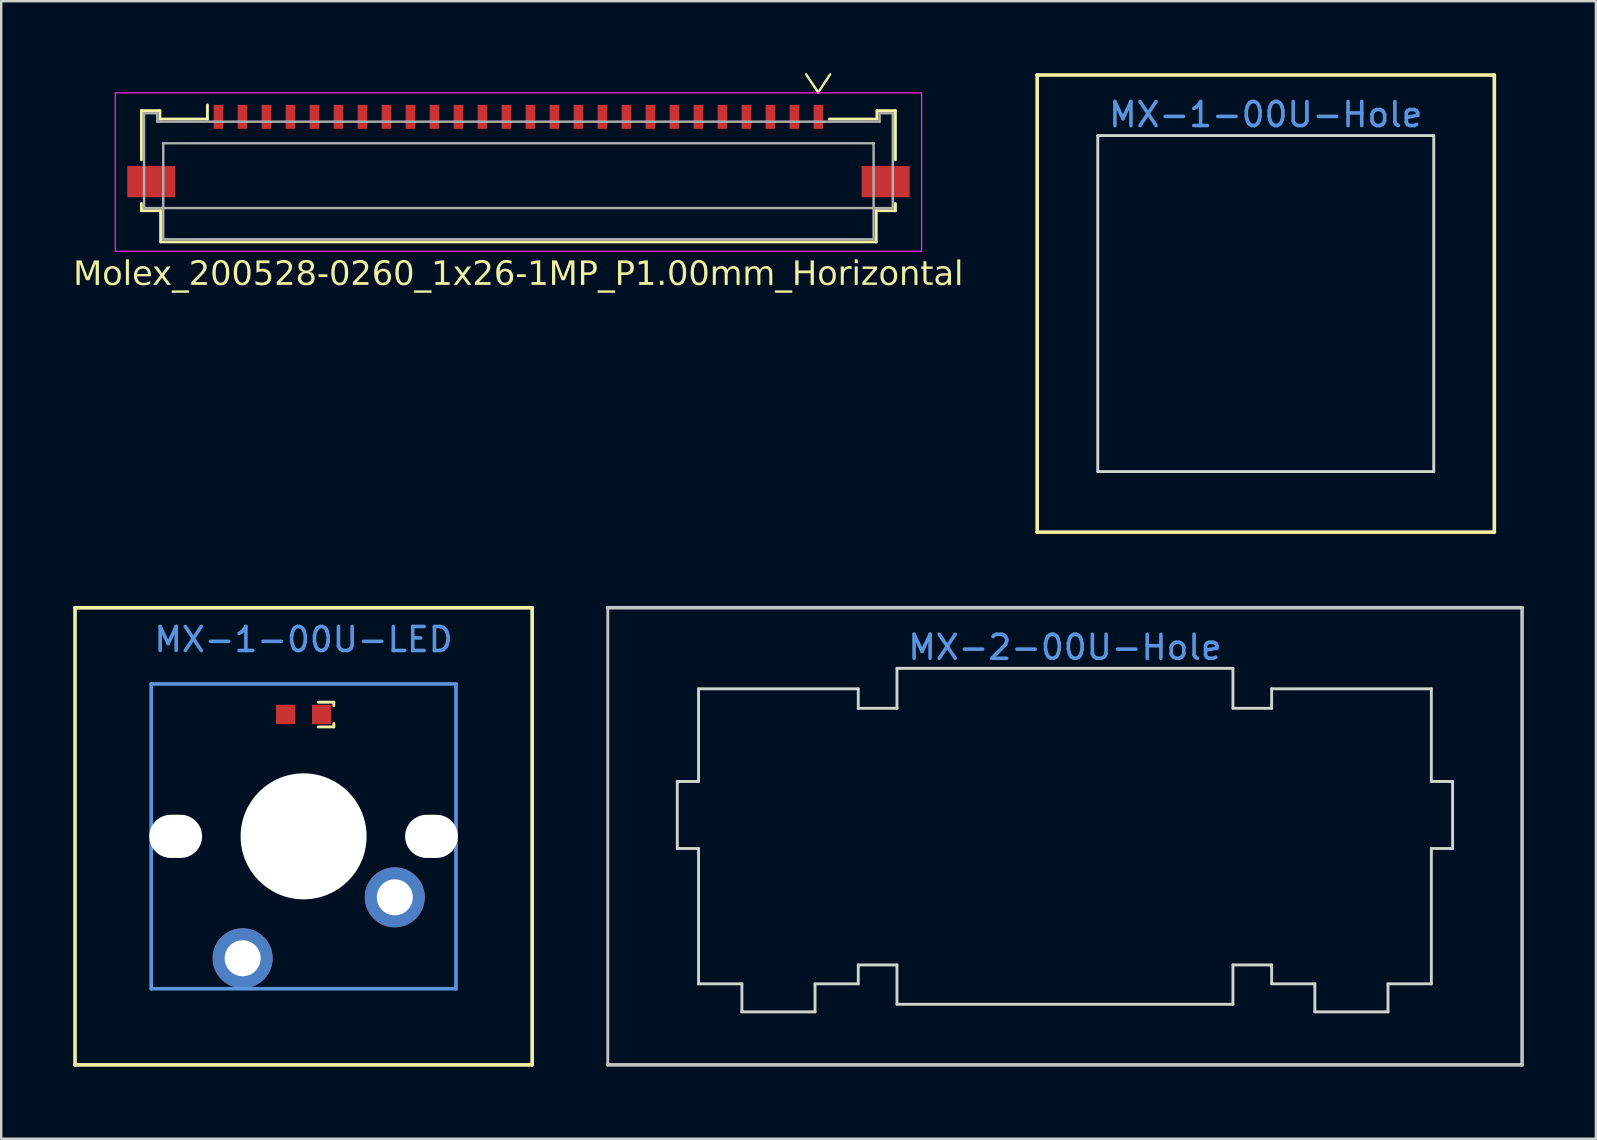
<source format=kicad_pcb>
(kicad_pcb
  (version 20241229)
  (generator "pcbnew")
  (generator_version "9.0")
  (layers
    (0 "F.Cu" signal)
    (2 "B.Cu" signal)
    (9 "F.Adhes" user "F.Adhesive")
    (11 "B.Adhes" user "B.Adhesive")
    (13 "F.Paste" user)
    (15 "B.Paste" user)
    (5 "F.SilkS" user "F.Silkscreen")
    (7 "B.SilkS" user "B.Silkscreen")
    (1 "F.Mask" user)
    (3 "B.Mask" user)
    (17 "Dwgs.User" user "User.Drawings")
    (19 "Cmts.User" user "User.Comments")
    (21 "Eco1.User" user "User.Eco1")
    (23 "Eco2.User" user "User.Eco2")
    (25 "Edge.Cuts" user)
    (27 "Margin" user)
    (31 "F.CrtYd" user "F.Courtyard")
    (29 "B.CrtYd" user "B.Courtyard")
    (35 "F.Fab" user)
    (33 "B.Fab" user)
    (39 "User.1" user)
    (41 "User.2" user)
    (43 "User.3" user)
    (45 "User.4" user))
  (footprint "MX-2-00U-Hole"
    (layer "F.Cu")
    (at 41.327 31.8)
    (property "Reference" "MX-2-00U-Hole" (at 0 -7.874 0) (layer "Cmts.User") (effects (font (size 1 1) (thickness 0.15))))
    (attr through_hole)
    (fp_line (start -19.05 -9.525) (end -19.05 9.525) (stroke (width 0.12) (type solid)) (layer "Dwgs.User"))
    (fp_line (start -19.05 -9.525) (end 19.05 -9.525) (stroke (width 0.15) (type solid)) (layer "Dwgs.User"))
    (fp_line (start 19.05 -9.525) (end 19.05 9.525) (stroke (width 0.15) (type solid)) (layer "Dwgs.User"))
    (fp_line (start 19.05 9.525) (end -19.05 9.525) (stroke (width 0.15) (type solid)) (layer "Dwgs.User"))
    (fp_line (start -16.154 -2.286) (end -16.154 0.508) (stroke (width 0.12) (type solid)) (layer "Edge.Cuts"))
    (fp_line (start -15.268 -6.147) (end -15.268 -2.286) (stroke (width 0.12) (type solid)) (layer "Edge.Cuts"))
    (fp_line (start -15.268 -2.286) (end -16.154 -2.286) (stroke (width 0.12) (type solid)) (layer "Edge.Cuts"))
    (fp_line (start -15.268 0.508) (end -16.154 0.508) (stroke (width 0.12) (type solid)) (layer "Edge.Cuts"))
    (fp_line (start -15.268 0.508) (end -15.268 6.147) (stroke (width 0.12) (type solid)) (layer "Edge.Cuts"))
    (fp_line (start -13.462 6.147) (end -15.268 6.147) (stroke (width 0.12) (type solid)) (layer "Edge.Cuts"))
    (fp_line (start -13.462 6.147) (end -13.462 7.315) (stroke (width 0.12) (type solid)) (layer "Edge.Cuts"))
    (fp_line (start -10.414 6.147) (end -10.414 7.315) (stroke (width 0.12) (type solid)) (layer "Edge.Cuts"))
    (fp_line (start -10.414 7.315) (end -13.462 7.315) (stroke (width 0.12) (type solid)) (layer "Edge.Cuts"))
    (fp_line (start -8.613 -6.147) (end -15.268 -6.147) (stroke (width 0.12) (type solid)) (layer "Edge.Cuts"))
    (fp_line (start -8.613 -6.147) (end -8.613 -5.334) (stroke (width 0.12) (type default)) (layer "Edge.Cuts"))
    (fp_line (start -8.613 -5.334) (end -7 -5.334) (stroke (width 0.12) (type default)) (layer "Edge.Cuts"))
    (fp_line (start -8.613 5.359) (end -7 5.359) (stroke (width 0.12) (type default)) (layer "Edge.Cuts"))
    (fp_line (start -8.613 6.147) (end -10.414 6.147) (stroke (width 0.12) (type solid)) (layer "Edge.Cuts"))
    (fp_line (start -8.613 6.147) (end -8.613 5.359) (stroke (width 0.12) (type default)) (layer "Edge.Cuts"))
    (fp_line (start -7 -7) (end -7 -5.334) (stroke (width 0.12) (type solid)) (layer "Edge.Cuts"))
    (fp_line (start -7 -7) (end 7 -7) (stroke (width 0.12) (type solid)) (layer "Edge.Cuts"))
    (fp_line (start -7 7) (end -7 5.359) (stroke (width 0.12) (type solid)) (layer "Edge.Cuts"))
    (fp_line (start -7 7) (end 7 7) (stroke (width 0.12) (type solid)) (layer "Edge.Cuts"))
    (fp_line (start 7 -7) (end 7 -5.334) (stroke (width 0.12) (type solid)) (layer "Edge.Cuts"))
    (fp_line (start 7 7) (end 7 5.359) (stroke (width 0.12) (type solid)) (layer "Edge.Cuts"))
    (fp_line (start 8.613 -6.147) (end 8.613 -5.334) (stroke (width 0.12) (type default)) (layer "Edge.Cuts"))
    (fp_line (start 8.613 -6.147) (end 15.268 -6.147) (stroke (width 0.12) (type solid)) (layer "Edge.Cuts"))
    (fp_line (start 8.613 -5.334) (end 7 -5.334) (stroke (width 0.12) (type default)) (layer "Edge.Cuts"))
    (fp_line (start 8.613 5.359) (end 7 5.359) (stroke (width 0.12) (type default)) (layer "Edge.Cuts"))
    (fp_line (start 8.613 6.147) (end 8.613 5.359) (stroke (width 0.12) (type default)) (layer "Edge.Cuts"))
    (fp_line (start 8.613 6.147) (end 10.414 6.147) (stroke (width 0.12) (type solid)) (layer "Edge.Cuts"))
    (fp_line (start 10.414 6.147) (end 10.414 7.315) (stroke (width 0.12) (type solid)) (layer "Edge.Cuts"))
    (fp_line (start 10.414 7.315) (end 13.462 7.315) (stroke (width 0.12) (type solid)) (layer "Edge.Cuts"))
    (fp_line (start 13.462 6.147) (end 13.462 7.315) (stroke (width 0.12) (type solid)) (layer "Edge.Cuts"))
    (fp_line (start 13.462 6.147) (end 15.268 6.147) (stroke (width 0.12) (type solid)) (layer "Edge.Cuts"))
    (fp_line (start 15.268 -6.147) (end 15.268 -2.286) (stroke (width 0.12) (type solid)) (layer "Edge.Cuts"))
    (fp_line (start 15.268 -2.286) (end 16.154 -2.286) (stroke (width 0.12) (type solid)) (layer "Edge.Cuts"))
    (fp_line (start 15.268 0.508) (end 15.268 6.147) (stroke (width 0.12) (type solid)) (layer "Edge.Cuts"))
    (fp_line (start 15.268 0.508) (end 16.154 0.508) (stroke (width 0.12) (type solid)) (layer "Edge.Cuts"))
    (fp_line (start 16.154 -2.286) (end 16.154 0.508) (stroke (width 0.12) (type solid)) (layer "Edge.Cuts")))
  (footprint "Molex_200528-0260_1x26-1MP_P1.00mm_Horizontal"
    (layer "F.Cu")
    (at 18.553 2.73)
    (property "Reference" "Molex_200528-0260_1x26-1MP_P1.00mm_Horizontal" (at -0.005 5.676 180) (layer "F.SilkS") (effects (font (face "Harry Fatt") (size 1 1) (thickness 0.15))))
    (attr smd)
    (fp_line (start -15.71 -1.17) (end -15.71 0.88) (stroke (width 0.12) (type solid)) (layer "F.SilkS"))
    (fp_line (start -15.71 2.7) (end -15.71 3) (stroke (width 0.12) (type solid)) (layer "F.SilkS"))
    (fp_line (start -15.71 3) (end -14.91 3) (stroke (width 0.12) (type solid)) (layer "F.SilkS"))
    (fp_line (start -14.94 -1.17) (end -15.71 -1.17) (stroke (width 0.12) (type solid)) (layer "F.SilkS"))
    (fp_line (start -14.94 -0.82) (end -14.94 -1.17) (stroke (width 0.12) (type solid)) (layer "F.SilkS"))
    (fp_line (start -14.91 3) (end -14.91 4.3) (stroke (width 0.12) (type solid)) (layer "F.SilkS"))
    (fp_line (start -14.91 4.3) (end 14.91 4.3) (stroke (width 0.12) (type solid)) (layer "F.SilkS"))
    (fp_line (start -12.96 -1.41) (end -12.96 -0.82) (stroke (width 0.12) (type solid)) (layer "F.SilkS"))
    (fp_line (start -12.96 -0.82) (end -14.94 -0.82) (stroke (width 0.12) (type solid)) (layer "F.SilkS"))
    (fp_line (start 11.99 -2.68) (end 12.49 -1.93) (stroke (width 0.1) (type solid)) (layer "F.SilkS"))
    (fp_line (start 12.49 -1.93) (end 12.99 -2.68) (stroke (width 0.1) (type solid)) (layer "F.SilkS"))
    (fp_line (start 14.91 3) (end 15.71 3) (stroke (width 0.12) (type solid)) (layer "F.SilkS"))
    (fp_line (start 14.91 4.3) (end 14.91 3) (stroke (width 0.12) (type solid)) (layer "F.SilkS"))
    (fp_line (start 14.94 -1.17) (end 14.94 -0.82) (stroke (width 0.12) (type solid)) (layer "F.SilkS"))
    (fp_line (start 14.94 -0.82) (end 12.96 -0.82) (stroke (width 0.12) (type solid)) (layer "F.SilkS"))
    (fp_line (start 15.71 -1.17) (end 14.94 -1.17) (stroke (width 0.12) (type solid)) (layer "F.SilkS"))
    (fp_line (start 15.71 0.88) (end 15.71 -1.17) (stroke (width 0.12) (type solid)) (layer "F.SilkS"))
    (fp_line (start 15.71 3) (end 15.71 2.7) (stroke (width 0.12) (type solid)) (layer "F.SilkS"))
    (fp_line (start -16.8 -1.91) (end -16.8 4.69) (stroke (width 0.05) (type solid)) (layer "F.CrtYd"))
    (fp_line (start -16.8 4.69) (end 16.8 4.69) (stroke (width 0.05) (type solid)) (layer "F.CrtYd"))
    (fp_line (start 16.8 -1.91) (end -16.8 -1.91) (stroke (width 0.05) (type solid)) (layer "F.CrtYd"))
    (fp_line (start 16.8 4.69) (end 16.8 -1.91) (stroke (width 0.05) (type solid)) (layer "F.CrtYd"))
    (fp_line (start -15.6 -1.06) (end -15.6 2.89) (stroke (width 0.1) (type solid)) (layer "F.Fab"))
    (fp_line (start -15.6 2.89) (end 15.6 2.89) (stroke (width 0.1) (type solid)) (layer "F.Fab"))
    (fp_line (start -15.05 -1.06) (end -15.6 -1.06) (stroke (width 0.1) (type solid)) (layer "F.Fab"))
    (fp_line (start -15.05 -0.71) (end -15.05 -1.06) (stroke (width 0.1) (type solid)) (layer "F.Fab"))
    (fp_line (start -14.8 0.19) (end -14.8 4.19) (stroke (width 0.1) (type solid)) (layer "F.Fab"))
    (fp_line (start -14.8 4.19) (end 14.8 4.19) (stroke (width 0.1) (type solid)) (layer "F.Fab"))
    (fp_line (start 14.8 0.19) (end -14.8 0.19) (stroke (width 0.1) (type solid)) (layer "F.Fab"))
    (fp_line (start 14.8 4.19) (end 14.8 0.19) (stroke (width 0.1) (type solid)) (layer "F.Fab"))
    (fp_line (start 15.05 -1.06) (end 15.05 -0.71) (stroke (width 0.1) (type solid)) (layer "F.Fab"))
    (fp_line (start 15.05 -0.71) (end -15.05 -0.71) (stroke (width 0.1) (type solid)) (layer "F.Fab"))
    (fp_line (start 15.6 -1.06) (end 15.05 -1.06) (stroke (width 0.1) (type solid)) (layer "F.Fab"))
    (fp_line (start 15.6 2.89) (end 15.6 -1.06) (stroke (width 0.1) (type solid)) (layer "F.Fab"))
    (pad "1" smd rect (at 12.5 -0.91) (size 0.4 1) (layers "F.Cu" "F.Mask" "F.Paste"))
    (pad "2" smd rect (at 11.5 -0.91) (size 0.4 1) (layers "F.Cu" "F.Mask" "F.Paste"))
    (pad "3" smd rect (at 10.5 -0.91) (size 0.4 1) (layers "F.Cu" "F.Mask" "F.Paste"))
    (pad "4" smd rect (at 9.5 -0.91) (size 0.4 1) (layers "F.Cu" "F.Mask" "F.Paste"))
    (pad "5" smd rect (at 8.5 -0.91) (size 0.4 1) (layers "F.Cu" "F.Mask" "F.Paste"))
    (pad "6" smd rect (at 7.5 -0.91) (size 0.4 1) (layers "F.Cu" "F.Mask" "F.Paste"))
    (pad "7" smd rect (at 6.5 -0.91) (size 0.4 1) (layers "F.Cu" "F.Mask" "F.Paste"))
    (pad "8" smd rect (at 5.5 -0.91) (size 0.4 1) (layers "F.Cu" "F.Mask" "F.Paste"))
    (pad "9" smd rect (at 4.5 -0.91) (size 0.4 1) (layers "F.Cu" "F.Mask" "F.Paste"))
    (pad "10" smd rect (at 3.5 -0.91) (size 0.4 1) (layers "F.Cu" "F.Mask" "F.Paste"))
    (pad "11" smd rect (at 2.5 -0.91) (size 0.4 1) (layers "F.Cu" "F.Mask" "F.Paste"))
    (pad "12" smd rect (at 1.5 -0.91) (size 0.4 1) (layers "F.Cu" "F.Mask" "F.Paste"))
    (pad "13" smd rect (at 0.5 -0.91) (size 0.4 1) (layers "F.Cu" "F.Mask" "F.Paste"))
    (pad "14" smd rect (at -0.5 -0.91) (size 0.4 1) (layers "F.Cu" "F.Mask" "F.Paste"))
    (pad "15" smd rect (at -1.5 -0.91) (size 0.4 1) (layers "F.Cu" "F.Mask" "F.Paste"))
    (pad "16" smd rect (at -2.5 -0.91) (size 0.4 1) (layers "F.Cu" "F.Mask" "F.Paste"))
    (pad "17" smd rect (at -3.5 -0.91) (size 0.4 1) (layers "F.Cu" "F.Mask" "F.Paste"))
    (pad "18" smd rect (at -4.5 -0.91) (size 0.4 1) (layers "F.Cu" "F.Mask" "F.Paste"))
    (pad "19" smd rect (at -5.5 -0.91) (size 0.4 1) (layers "F.Cu" "F.Mask" "F.Paste"))
    (pad "20" smd rect (at -6.5 -0.91) (size 0.4 1) (layers "F.Cu" "F.Mask" "F.Paste"))
    (pad "21" smd rect (at -7.5 -0.91) (size 0.4 1) (layers "F.Cu" "F.Mask" "F.Paste"))
    (pad "22" smd rect (at -8.5 -0.91) (size 0.4 1) (layers "F.Cu" "F.Mask" "F.Paste"))
    (pad "23" smd rect (at -9.5 -0.91) (size 0.4 1) (layers "F.Cu" "F.Mask" "F.Paste"))
    (pad "24" smd rect (at -10.5 -0.91) (size 0.4 1) (layers "F.Cu" "F.Mask" "F.Paste"))
    (pad "25" smd rect (at -11.5 -0.91) (size 0.4 1) (layers "F.Cu" "F.Mask" "F.Paste"))
    (pad "26" smd rect (at -12.5 -0.91) (size 0.4 1) (layers "F.Cu" "F.Mask" "F.Paste"))
    (pad "MP" smd rect (at -15.3 1.79) (size 2 1.3) (layers "F.Cu" "F.Mask" "F.Paste"))
    (pad "MP" smd rect (at 15.3 1.79) (size 2 1.3) (layers "F.Cu" "F.Mask" "F.Paste")))
  (footprint "MX-1-00U-Hole"
    (layer "F.Cu")
    (at 49.695 9.6)
    (property "Reference" "MX-1-00U-Hole" (at 0 -7.874 0) (layer "Cmts.User") (effects (font (size 1 1) (thickness 0.15))))
    (attr through_hole)
    (fp_line (start -9.525 -9.525) (end 9.525 -9.525) (stroke (width 0.15) (type solid)) (layer "F.SilkS"))
    (fp_line (start -9.525 9.525) (end -9.525 -9.525) (stroke (width 0.15) (type solid)) (layer "F.SilkS"))
    (fp_line (start 9.525 -9.525) (end 9.525 9.525) (stroke (width 0.15) (type solid)) (layer "F.SilkS"))
    (fp_line (start 9.525 9.525) (end -9.525 9.525) (stroke (width 0.15) (type solid)) (layer "F.SilkS"))
    (fp_line (start -7 -7) (end -7 7) (stroke (width 0.12) (type solid)) (layer "Edge.Cuts"))
    (fp_line (start -7 -7) (end 7 -7) (stroke (width 0.12) (type solid)) (layer "Edge.Cuts"))
    (fp_line (start -7 7) (end 7 7) (stroke (width 0.12) (type solid)) (layer "Edge.Cuts"))
    (fp_line (start 7 -7) (end 7 7) (stroke (width 0.12) (type solid)) (layer "Edge.Cuts")))
  (footprint "MX-1-00U-LED"
    (layer "F.Cu")
    (at 9.601 26.721)
    (property "Reference" "MX-1-00U-LED" (at 0 -3.12 0) (layer "Cmts.User") (effects (font (size 1 1) (thickness 0.15))))
    (attr smd)
    (fp_line (start -9.525 -4.445) (end 9.525 -4.445) (stroke (width 0.152) (type solid)) (layer "F.SilkS"))
    (fp_line (start -9.525 14.605) (end -9.525 -4.445) (stroke (width 0.152) (type solid)) (layer "F.SilkS"))
    (fp_line (start 0.61 -0.51) (end 1.26 -0.51) (stroke (width 0.12) (type solid)) (layer "F.SilkS"))
    (fp_line (start 0.61 0.52) (end 1.26 0.52) (stroke (width 0.12) (type solid)) (layer "F.SilkS"))
    (fp_line (start 1.26 -0.51) (end 1.26 -0.37) (stroke (width 0.12) (type solid)) (layer "F.SilkS"))
    (fp_line (start 1.26 0.52) (end 1.26 0.38) (stroke (width 0.12) (type solid)) (layer "F.SilkS"))
    (fp_line (start 9.525 -4.445) (end 9.525 14.605) (stroke (width 0.152) (type solid)) (layer "F.SilkS"))
    (fp_line (start 9.525 14.605) (end -9.525 14.605) (stroke (width 0.152) (type solid)) (layer "F.SilkS"))
    (fp_line (start -6.35 -1.27) (end 6.35 -1.27) (stroke (width 0.152) (type solid)) (layer "Cmts.User"))
    (fp_line (start -6.35 11.43) (end -6.35 -1.27) (stroke (width 0.152) (type solid)) (layer "Cmts.User"))
    (fp_line (start 6.35 -1.27) (end 6.35 11.43) (stroke (width 0.152) (type solid)) (layer "Cmts.User"))
    (fp_line (start 6.35 11.43) (end -6.35 11.43) (stroke (width 0.152) (type solid)) (layer "Cmts.User"))
    (pad "" np_thru_hole oval (at -5.33 5.08 270) (size 1.8 2.2) (drill oval 1.8 2.2) (layers "*.Cu" "*.Mask"))
    (pad "" np_thru_hole circle (at 0 5.08 180) (size 5.25 5.25) (drill 5.25) (layers "*.Cu" "*.Mask"))
    (pad "" np_thru_hole oval (at 5.33 5.08 270) (size 1.8 2.2) (drill oval 1.8 2.2) (layers "*.Cu" "*.Mask"))
    (pad "1" thru_hole circle (at -2.54 10.16) (size 2.5 2.5) (drill 1.499) (layers "*.Cu" "*.Mask"))
    (pad "2" thru_hole circle (at 3.8 7.62 225) (size 2.5 2.5) (drill 1.499) (layers "*.Cu" "*.Mask"))
    (pad "3" smd rect (at 0.75 0 90) (size 0.8 0.8) (layers "F.Cu" "F.Mask" "F.Paste"))
    (pad "4" smd rect (at -0.75 0 90) (size 0.8 0.8) (layers "F.Cu" "F.Mask" "F.Paste")))
  (gr_rect
    (start -3 -3)
    (end 63.452 44.402)
    (stroke (width 0.1) (type default))
    (fill no)
    (layer "Edge.Cuts")))
</source>
